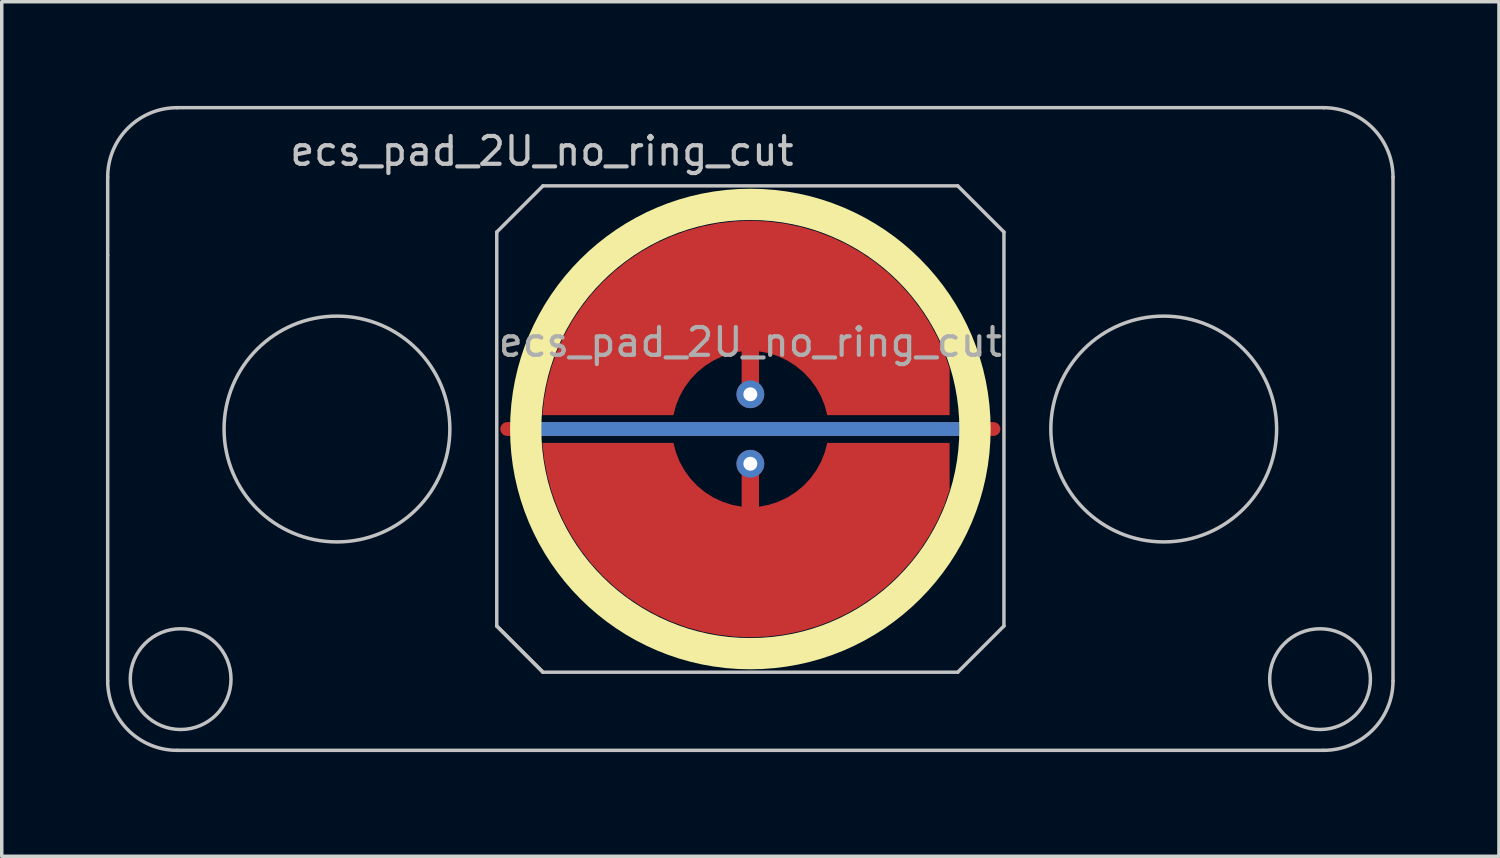
<source format=kicad_pcb>
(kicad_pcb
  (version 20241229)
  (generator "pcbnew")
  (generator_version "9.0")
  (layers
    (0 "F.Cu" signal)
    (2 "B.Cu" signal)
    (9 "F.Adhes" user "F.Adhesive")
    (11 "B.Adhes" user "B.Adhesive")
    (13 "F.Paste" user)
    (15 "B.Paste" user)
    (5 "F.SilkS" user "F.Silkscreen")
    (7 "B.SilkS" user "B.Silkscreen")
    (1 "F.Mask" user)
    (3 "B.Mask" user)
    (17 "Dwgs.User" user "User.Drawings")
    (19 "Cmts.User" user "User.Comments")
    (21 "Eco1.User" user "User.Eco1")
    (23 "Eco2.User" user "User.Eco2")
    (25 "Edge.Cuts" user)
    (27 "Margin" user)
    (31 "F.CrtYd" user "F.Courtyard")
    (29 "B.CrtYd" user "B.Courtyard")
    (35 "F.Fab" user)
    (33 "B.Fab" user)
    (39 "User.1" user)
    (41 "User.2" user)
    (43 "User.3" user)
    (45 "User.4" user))
  (footprint "ecs_pad_2U_no_ring_cut"
    (layer "F.Cu")
    (at 18.55 9.3)
    (property "Reference" "ecs_pad_2U_no_ring_cut" (at -6 -8 0) (layer "Dwgs.User") (effects (font (size 0.8 0.8) (thickness 0.12))))
    (attr smd)
    (fp_circle (center 0 0) (end 6.467 0) (stroke (width 0.9) (type solid)) (fill no) (layer "F.SilkS"))
    (fp_line (start -18.5 -5) (end -18.5 -7.25) (stroke (width 0.1) (type solid)) (layer "Dwgs.User"))
    (fp_line (start -18.5 -5) (end -18.5 7.25) (stroke (width 0.1) (type solid)) (layer "Dwgs.User"))
    (fp_line (start -16.5 -9.25) (end 16.5 -9.25) (stroke (width 0.1) (type solid)) (layer "Dwgs.User"))
    (fp_line (start -16.5 9.25) (end 16.5 9.25) (stroke (width 0.1) (type solid)) (layer "Dwgs.User"))
    (fp_line (start -7.3 -5.67) (end -5.97 -7) (stroke (width 0.1) (type solid)) (layer "Dwgs.User"))
    (fp_line (start -7.3 5.67) (end -7.3 -5.67) (stroke (width 0.1) (type solid)) (layer "Dwgs.User"))
    (fp_line (start -7.3 5.67) (end -5.97 7) (stroke (width 0.1) (type solid)) (layer "Dwgs.User"))
    (fp_line (start -5.97 -7) (end 5.97 -7) (stroke (width 0.1) (type solid)) (layer "Dwgs.User"))
    (fp_line (start -5.97 7) (end -7.3 5.67) (stroke (width 0.1) (type solid)) (layer "Dwgs.User"))
    (fp_line (start 5.97 -7) (end 7.3 -5.67) (stroke (width 0.1) (type solid)) (layer "Dwgs.User"))
    (fp_line (start 5.97 7) (end -5.97 7) (stroke (width 0.1) (type solid)) (layer "Dwgs.User"))
    (fp_line (start 7.3 -5.67) (end 7.3 5.67) (stroke (width 0.1) (type solid)) (layer "Dwgs.User"))
    (fp_line (start 7.3 5.67) (end 5.97 7) (stroke (width 0.1) (type solid)) (layer "Dwgs.User"))
    (fp_line (start 18.5 -7.25) (end 18.5 7.25) (stroke (width 0.1) (type solid)) (layer "Dwgs.User"))
    (fp_arc (start -18.5 -7.25) (mid -17.914214 -8.664214) (end -16.5 -9.25) (stroke (width 0.1) (type solid)) (layer "Dwgs.User"))
    (fp_arc (start -16.5 9.25) (mid -17.914214 8.664214) (end -18.5 7.25) (stroke (width 0.1) (type solid)) (layer "Dwgs.User"))
    (fp_arc (start 16.5 -9.25) (mid 17.914214 -8.664214) (end 18.5 -7.25) (stroke (width 0.1) (type solid)) (layer "Dwgs.User"))
    (fp_arc (start 18.5 7.25) (mid 17.914214 8.664214) (end 16.5 9.25) (stroke (width 0.1) (type solid)) (layer "Dwgs.User"))
    (fp_circle (center -16.4 7.2) (end -14.95 7.2) (stroke (width 0.1) (type solid)) (fill no) (layer "Dwgs.User"))
    (fp_circle (center -11.9 0) (end -8.65 0) (stroke (width 0.1) (type solid)) (fill no) (layer "Dwgs.User"))
    (fp_circle (center 11.9 0) (end 15.15 0) (stroke (width 0.1) (type solid)) (fill no) (layer "Dwgs.User"))
    (fp_circle (center 16.4 7.2) (end 17.85 7.2) (stroke (width 0.1) (type solid)) (fill no) (layer "Dwgs.User"))
    (fp_text user "${REFERENCE}" (at 0 -2.5 0) (layer "F.Fab") (effects (font (size 0.8 0.8) (thickness 0.12))))
    (pad "1" smd custom (at 0 -1 270) (size 0.142 0.142) (layers "F.Cu") (options (anchor circle)) (primitives (gr_poly (pts (xy 0.323 -2.141) (xy 0.056 -2.034) (xy -0.194 -1.894) (xy -0.426 -1.725) (xy -0.635 -1.528) (xy -0.817 -1.307) (xy -0.971 -1.064) (xy -1.093 -0.805) (xy -1.182 -0.532) (xy -1.236 -0.25) (xy 0 -0.25) (xy 0.096 -0.231) (xy 0.177 -0.177) (xy 0.231 -0.096) (xy 0.25 0) (xy 0.231 0.096) (xy 0.177 0.177) (xy 0.096 0.231) (xy 0 0.25) (xy -1.236 0.25) (xy -1.182 0.532) (xy -1.093 0.805) (xy -0.971 1.064) (xy -0.817 1.307) (xy -0.635 1.528) (xy -0.426 1.725) (xy -0.194 1.894) (xy 0.056 2.034) (xy 0.323 2.141) (xy 0.6 2.214) (xy 0.6 5.986) (xy 0.127 5.935) (xy -0.341 5.847) (xy -0.8 5.722) (xy -1.248 5.561) (xy -1.681 5.365) (xy -2.098 5.135) (xy -2.495 4.873) (xy -2.87 4.581) (xy -3.221 4.259) (xy -3.545 3.911) (xy -3.841 3.538) (xy -4.106 3.143) (xy -4.339 2.728) (xy -4.538 2.296) (xy -4.703 1.849) (xy -4.831 1.391) (xy -4.923 0.924) (xy -4.978 0.452) (xy -4.995 -0.024) (xy -4.974 -0.499) (xy -4.916 -0.971) (xy -4.82 -1.437) (xy -4.688 -1.895) (xy -4.52 -2.34) (xy -4.317 -2.77) (xy -4.081 -3.183) (xy -3.813 -3.576) (xy -3.514 -3.947) (xy -3.187 -4.292) (xy -2.834 -4.611) (xy -2.456 -4.901) (xy -2.057 -5.16) (xy -1.639 -5.386) (xy -1.203 -5.579) (xy -0.754 -5.736) (xy 0.6 -5.736) (xy 0.6 -2.214)) (width 0) (fill yes))))
    (pad "1" thru_hole circle (at 0 -1 270) (size 0.8 0.8) (drill 0.4) (layers "*.Cu"))
    (pad "2" smd custom (at 0 1 270) (size 0.142 0.142) (layers "F.Cu") (options (anchor circle)) (primitives (gr_poly (pts (xy -0.323 -2.141) (xy -0.056 -2.034) (xy 0.194 -1.894) (xy 0.426 -1.725) (xy 0.635 -1.528) (xy 0.817 -1.307) (xy 0.971 -1.064) (xy 1.093 -0.805) (xy 1.182 -0.532) (xy 1.236 -0.25) (xy 0 -0.25) (xy -0.096 -0.231) (xy -0.177 -0.177) (xy -0.231 -0.096) (xy -0.25 0) (xy -0.231 0.096) (xy -0.177 0.177) (xy -0.096 0.231) (xy 0 0.25) (xy 1.236 0.25) (xy 1.182 0.532) (xy 1.093 0.805) (xy 0.971 1.064) (xy 0.817 1.307) (xy 0.635 1.528) (xy 0.426 1.725) (xy 0.194 1.894) (xy -0.056 2.034) (xy -0.323 2.141) (xy -0.6 2.214) (xy -0.6 5.986) (xy -0.127 5.935) (xy 0.341 5.847) (xy 0.8 5.722) (xy 1.248 5.561) (xy 1.681 5.365) (xy 2.098 5.135) (xy 2.495 4.873) (xy 2.87 4.581) (xy 3.221 4.259) (xy 3.545 3.911) (xy 3.841 3.538) (xy 4.106 3.143) (xy 4.339 2.728) (xy 4.538 2.296) (xy 4.703 1.849) (xy 4.831 1.391) (xy 4.923 0.924) (xy 4.978 0.452) (xy 4.995 -0.024) (xy 4.974 -0.499) (xy 4.916 -0.971) (xy 4.82 -1.437) (xy 4.688 -1.895) (xy 4.52 -2.34) (xy 4.317 -2.77) (xy 4.081 -3.183) (xy 3.813 -3.576) (xy 3.514 -3.947) (xy 3.187 -4.292) (xy 2.834 -4.611) (xy 2.456 -4.901) (xy 2.057 -5.16) (xy 1.639 -5.386) (xy 1.203 -5.579) (xy 0.754 -5.736) (xy -0.6 -5.736) (xy -0.6 -2.214)) (width 0) (fill yes))))
    (pad "2" thru_hole circle (at 0 1 270) (size 0.8 0.8) (drill 0.4) (layers "*.Cu"))
    (pad "3" smd custom (at 0 0 270) (size 0.4 0.4) (layers "F.Cu") (options (anchor rect)) (primitives (gr_line (start 0 -7) (end 0 7) (width 0.4))))
    (pad "3" smd custom (at 0 0 90) (size 0.4 0.4) (layers "B.Cu") (options (anchor rect)) (primitives (gr_line (start 0 -6.5) (end 0 6.5) (width 0.4))))
    (zone (net_name "") (layer "F.Cu") (hatch edge 0.508) (connect_pads) (min_thickness 0.254) (filled_areas_thickness no) (keepout (tracks allowed) (vias allowed) (pads allowed) (copperpour not_allowed) (footprints allowed)) (placement (enabled no)) (fill) (polygon (pts (xy 25.555 9.3) (xy 25.536 8.787) (xy 25.48 8.277) (xy 25.386 7.772) (xy 25.256 7.275) (xy 25.09 6.79) (xy 24.888 6.317) (xy 24.653 5.861) (xy 24.385 5.424) (xy 24.085 5.007) (xy 23.756 4.613) (xy 23.398 4.244) (xy 23.015 3.903) (xy 22.608 3.59) (xy 22.179 3.308) (xy 21.73 3.059) (xy 21.265 2.842) (xy 20.784 2.661) (xy 20.292 2.515) (xy 19.79 2.406) (xy 19.282 2.333) (xy 18.77 2.299) (xy 18.257 2.301) (xy 17.745 2.342) (xy 17.237 2.419) (xy 16.737 2.534) (xy 16.246 2.685) (xy 15.768 2.871) (xy 15.305 3.092) (xy 14.859 3.347) (xy 14.433 3.633) (xy 14.029 3.95) (xy 13.649 4.295) (xy 13.296 4.668) (xy 12.97 5.065) (xy 12.675 5.485) (xy 12.412 5.925) (xy 12.181 6.384) (xy 11.984 6.858) (xy 11.823 7.346) (xy 11.698 7.844) (xy 11.61 8.349) (xy 11.559 8.86) (xy 11.545 9.373) (xy 11.57 9.886) (xy 11.631 10.396) (xy 11.73 10.9) (xy 11.866 11.395) (xy 12.037 11.879) (xy 12.243 12.349) (xy 12.484 12.802) (xy 12.756 13.237) (xy 13.06 13.651) (xy 13.394 14.041) (xy 13.755 14.406) (xy 14.142 14.744) (xy 14.552 15.052) (xy 14.984 15.329) (xy 15.435 15.574) (xy 15.903 15.786) (xy 16.385 15.962) (xy 16.879 16.103) (xy 17.382 16.207) (xy 17.891 16.274) (xy 18.403 16.303) (xy 18.917 16.295) (xy 19.428 16.25) (xy 19.935 16.167) (xy 20.434 16.047) (xy 20.923 15.891) (xy 21.399 15.699) (xy 21.86 15.473) (xy 22.303 15.214) (xy 22.726 14.924) (xy 23.127 14.603) (xy 23.503 14.253) (xy 23.853 13.877) (xy 24.174 13.476) (xy 24.464 13.053) (xy 24.723 12.61) (xy 24.949 12.149) (xy 25.141 11.673) (xy 25.297 11.184) (xy 25.417 10.685) (xy 25.5 10.178) (xy 25.545 9.667))))
    (zone (net_name "") (layer "B.Cu") (hatch edge 0.508) (connect_pads) (min_thickness 0.254) (filled_areas_thickness no) (keepout (tracks allowed) (vias allowed) (pads allowed) (copperpour not_allowed) (footprints allowed)) (placement (enabled no)) (fill) (polygon (pts (xy 25.108 9.3) (xy 25.088 8.785) (xy 25.028 8.274) (xy 24.927 7.769) (xy 24.787 7.273) (xy 24.609 6.79) (xy 24.393 6.323) (xy 24.142 5.873) (xy 23.856 5.445) (xy 23.537 5.041) (xy 23.187 4.663) (xy 22.809 4.313) (xy 22.405 3.994) (xy 21.977 3.708) (xy 21.527 3.457) (xy 21.06 3.241) (xy 20.577 3.063) (xy 20.081 2.923) (xy 19.576 2.822) (xy 19.065 2.762) (xy 18.55 2.742) (xy 18.035 2.762) (xy 17.524 2.822) (xy 17.019 2.923) (xy 16.523 3.063) (xy 16.04 3.241) (xy 15.573 3.457) (xy 15.123 3.708) (xy 14.695 3.994) (xy 14.291 4.313) (xy 13.913 4.663) (xy 13.563 5.041) (xy 13.244 5.445) (xy 12.958 5.873) (xy 12.707 6.323) (xy 12.491 6.79) (xy 12.313 7.273) (xy 12.173 7.769) (xy 12.072 8.274) (xy 12.012 8.785) (xy 11.992 9.3) (xy 12.012 9.815) (xy 12.072 10.326) (xy 12.173 10.831) (xy 12.313 11.327) (xy 12.491 11.81) (xy 12.707 12.277) (xy 12.958 12.727) (xy 13.244 13.155) (xy 13.563 13.559) (xy 13.913 13.937) (xy 14.291 14.287) (xy 14.695 14.606) (xy 15.123 14.892) (xy 15.573 15.143) (xy 16.04 15.359) (xy 16.523 15.537) (xy 17.019 15.677) (xy 17.524 15.778) (xy 18.035 15.838) (xy 18.55 15.858) (xy 19.065 15.838) (xy 19.576 15.778) (xy 20.081 15.677) (xy 20.577 15.537) (xy 21.06 15.359) (xy 21.527 15.143) (xy 21.977 14.892) (xy 22.405 14.606) (xy 22.809 14.287) (xy 23.187 13.937) (xy 23.537 13.559) (xy 23.856 13.155) (xy 24.142 12.727) (xy 24.393 12.277) (xy 24.609 11.81) (xy 24.787 11.327) (xy 24.927 10.831) (xy 25.028 10.326) (xy 25.088 9.815)))))
  (gr_rect
    (start -3 -3)
    (end 40.1 21.6)
    (stroke (width 0.1) (type default))
    (fill no)
    (layer "Edge.Cuts")))
</source>
